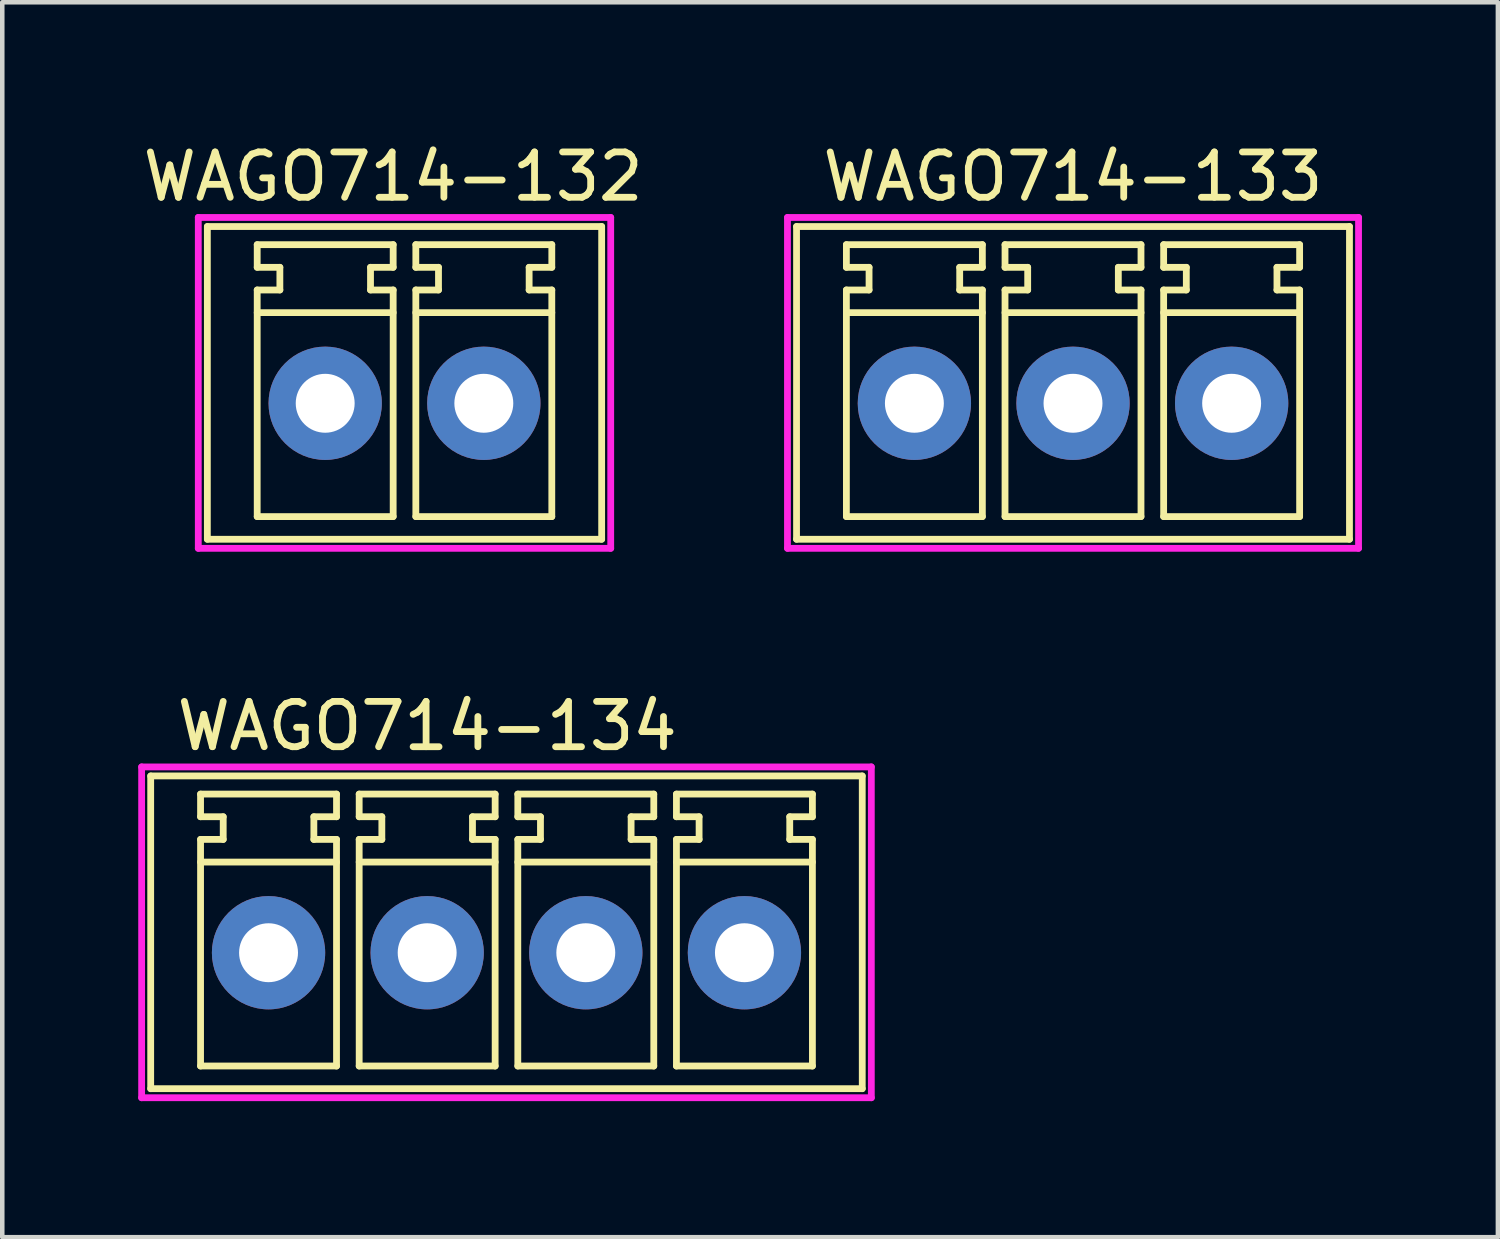
<source format=kicad_pcb>
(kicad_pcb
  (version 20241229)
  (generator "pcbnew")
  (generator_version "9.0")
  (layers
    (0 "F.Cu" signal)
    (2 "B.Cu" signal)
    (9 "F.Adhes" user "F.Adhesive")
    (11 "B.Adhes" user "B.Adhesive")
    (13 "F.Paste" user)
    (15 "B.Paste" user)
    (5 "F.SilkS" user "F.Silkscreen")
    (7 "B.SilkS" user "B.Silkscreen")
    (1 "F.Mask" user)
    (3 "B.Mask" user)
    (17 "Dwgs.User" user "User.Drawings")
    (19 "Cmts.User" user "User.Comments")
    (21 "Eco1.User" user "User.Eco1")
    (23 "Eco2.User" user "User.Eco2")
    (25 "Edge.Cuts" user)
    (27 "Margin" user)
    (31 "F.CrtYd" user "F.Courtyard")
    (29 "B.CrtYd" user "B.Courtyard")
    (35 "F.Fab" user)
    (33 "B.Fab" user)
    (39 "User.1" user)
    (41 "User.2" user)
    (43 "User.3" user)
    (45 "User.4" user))
  (footprint "WAGO714-134"
    (layer "F.Cu")
    (at 2.875 17.971)
    (property "Reference" "WAGO714-134" (at 3.5 -5 0) (layer "F.SilkS") (effects (font (size 1 1) (thickness 0.15))))
    (attr through_hole)
    (fp_line (start -2.6 -3.9) (end -2.6 3) (stroke (width 0.15) (type solid)) (layer "F.SilkS"))
    (fp_line (start -2.6 3) (end 13.1 3) (stroke (width 0.15) (type solid)) (layer "F.SilkS"))
    (fp_line (start -1.5 -3.5) (end 1.5 -3.5) (stroke (width 0.15) (type solid)) (layer "F.SilkS"))
    (fp_line (start -1.5 -3) (end -1.5 -3.5) (stroke (width 0.15) (type solid)) (layer "F.SilkS"))
    (fp_line (start -1.5 -2.5) (end -1 -2.5) (stroke (width 0.15) (type solid)) (layer "F.SilkS"))
    (fp_line (start -1.5 2.5) (end -1.5 -2.5) (stroke (width 0.15) (type solid)) (layer "F.SilkS"))
    (fp_line (start -1 -3) (end -1.5 -3) (stroke (width 0.15) (type solid)) (layer "F.SilkS"))
    (fp_line (start -1 -2.5) (end -1 -3) (stroke (width 0.15) (type solid)) (layer "F.SilkS"))
    (fp_line (start 1 -3) (end 1 -2.5) (stroke (width 0.15) (type solid)) (layer "F.SilkS"))
    (fp_line (start 1 -2.5) (end 1.5 -2.5) (stroke (width 0.15) (type solid)) (layer "F.SilkS"))
    (fp_line (start 1.5 -3.5) (end 1.5 -3) (stroke (width 0.15) (type solid)) (layer "F.SilkS"))
    (fp_line (start 1.5 -3) (end 1 -3) (stroke (width 0.15) (type solid)) (layer "F.SilkS"))
    (fp_line (start 1.5 -2.5) (end 1.5 2.5) (stroke (width 0.15) (type solid)) (layer "F.SilkS"))
    (fp_line (start 1.5 -2) (end -1.5 -2) (stroke (width 0.15) (type solid)) (layer "F.SilkS"))
    (fp_line (start 1.5 2.5) (end -1.5 2.5) (stroke (width 0.15) (type solid)) (layer "F.SilkS"))
    (fp_line (start 2 -3.5) (end 2 -3) (stroke (width 0.15) (type solid)) (layer "F.SilkS"))
    (fp_line (start 2 -3) (end 2.5 -3) (stroke (width 0.15) (type solid)) (layer "F.SilkS"))
    (fp_line (start 2 -2.5) (end 2 2.5) (stroke (width 0.15) (type solid)) (layer "F.SilkS"))
    (fp_line (start 2 2.5) (end 5 2.5) (stroke (width 0.15) (type solid)) (layer "F.SilkS"))
    (fp_line (start 2.5 -3) (end 2.5 -2.5) (stroke (width 0.15) (type solid)) (layer "F.SilkS"))
    (fp_line (start 2.5 -2.5) (end 2 -2.5) (stroke (width 0.15) (type solid)) (layer "F.SilkS"))
    (fp_line (start 4.5 -3) (end 5 -3) (stroke (width 0.15) (type solid)) (layer "F.SilkS"))
    (fp_line (start 4.5 -2.5) (end 4.5 -3) (stroke (width 0.15) (type solid)) (layer "F.SilkS"))
    (fp_line (start 5 -3.5) (end 2 -3.5) (stroke (width 0.15) (type solid)) (layer "F.SilkS"))
    (fp_line (start 5 -3) (end 5 -3.5) (stroke (width 0.15) (type solid)) (layer "F.SilkS"))
    (fp_line (start 5 -2.5) (end 4.5 -2.5) (stroke (width 0.15) (type solid)) (layer "F.SilkS"))
    (fp_line (start 5 -2) (end 2 -2) (stroke (width 0.15) (type solid)) (layer "F.SilkS"))
    (fp_line (start 5 2.5) (end 5 -2.5) (stroke (width 0.15) (type solid)) (layer "F.SilkS"))
    (fp_line (start 5.5 -3.5) (end 8.5 -3.5) (stroke (width 0.15) (type solid)) (layer "F.SilkS"))
    (fp_line (start 5.5 -3) (end 5.5 -3.5) (stroke (width 0.15) (type solid)) (layer "F.SilkS"))
    (fp_line (start 5.5 -2.5) (end 6 -2.5) (stroke (width 0.15) (type solid)) (layer "F.SilkS"))
    (fp_line (start 5.5 -2) (end 8.5 -2) (stroke (width 0.15) (type solid)) (layer "F.SilkS"))
    (fp_line (start 5.5 2.5) (end 5.5 -2.5) (stroke (width 0.15) (type solid)) (layer "F.SilkS"))
    (fp_line (start 6 -3) (end 5.5 -3) (stroke (width 0.15) (type solid)) (layer "F.SilkS"))
    (fp_line (start 6 -2.5) (end 6 -3) (stroke (width 0.15) (type solid)) (layer "F.SilkS"))
    (fp_line (start 8 -3) (end 8 -2.5) (stroke (width 0.15) (type solid)) (layer "F.SilkS"))
    (fp_line (start 8 -2.5) (end 8.5 -2.5) (stroke (width 0.15) (type solid)) (layer "F.SilkS"))
    (fp_line (start 8.5 -3.5) (end 8.5 -3) (stroke (width 0.15) (type solid)) (layer "F.SilkS"))
    (fp_line (start 8.5 -3) (end 8 -3) (stroke (width 0.15) (type solid)) (layer "F.SilkS"))
    (fp_line (start 8.5 -2.5) (end 8.5 2.5) (stroke (width 0.15) (type solid)) (layer "F.SilkS"))
    (fp_line (start 8.5 2.5) (end 5.5 2.5) (stroke (width 0.15) (type solid)) (layer "F.SilkS"))
    (fp_line (start 9 -3.5) (end 12 -3.5) (stroke (width 0.15) (type solid)) (layer "F.SilkS"))
    (fp_line (start 9 -3) (end 9 -3.5) (stroke (width 0.15) (type solid)) (layer "F.SilkS"))
    (fp_line (start 9 -2.5) (end 9.5 -2.5) (stroke (width 0.15) (type solid)) (layer "F.SilkS"))
    (fp_line (start 9 -2) (end 12 -2) (stroke (width 0.15) (type solid)) (layer "F.SilkS"))
    (fp_line (start 9 2.5) (end 9 -2.5) (stroke (width 0.15) (type solid)) (layer "F.SilkS"))
    (fp_line (start 9.5 -3) (end 9 -3) (stroke (width 0.15) (type solid)) (layer "F.SilkS"))
    (fp_line (start 9.5 -2.5) (end 9.5 -3) (stroke (width 0.15) (type solid)) (layer "F.SilkS"))
    (fp_line (start 11.5 -3) (end 11.5 -2.5) (stroke (width 0.15) (type solid)) (layer "F.SilkS"))
    (fp_line (start 11.5 -2.5) (end 12 -2.5) (stroke (width 0.15) (type solid)) (layer "F.SilkS"))
    (fp_line (start 12 -3.5) (end 12 -3) (stroke (width 0.15) (type solid)) (layer "F.SilkS"))
    (fp_line (start 12 -3) (end 11.5 -3) (stroke (width 0.15) (type solid)) (layer "F.SilkS"))
    (fp_line (start 12 -2.5) (end 12 2.5) (stroke (width 0.15) (type solid)) (layer "F.SilkS"))
    (fp_line (start 12 2.5) (end 9 2.5) (stroke (width 0.15) (type solid)) (layer "F.SilkS"))
    (fp_line (start 13.1 -3.9) (end -2.6 -3.9) (stroke (width 0.15) (type solid)) (layer "F.SilkS"))
    (fp_line (start 13.1 3) (end 13.1 -3.9) (stroke (width 0.15) (type solid)) (layer "F.SilkS"))
    (fp_line (start -2.8 -4.1) (end 13.3 -4.1) (stroke (width 0.15) (type solid)) (layer "F.CrtYd"))
    (fp_line (start -2.8 3.2) (end -2.8 -4.1) (stroke (width 0.15) (type solid)) (layer "F.CrtYd"))
    (fp_line (start 13.3 -4.1) (end 13.3 3.2) (stroke (width 0.15) (type solid)) (layer "F.CrtYd"))
    (fp_line (start 13.3 3.2) (end -2.8 3.2) (stroke (width 0.15) (type solid)) (layer "F.CrtYd"))
    (pad "1" thru_hole circle (at 0 0) (size 2.5 2.5) (drill 1.3) (layers "*.Cu" "*.Mask"))
    (pad "2" thru_hole circle (at 3.5 0) (size 2.5 2.5) (drill 1.3) (layers "*.Cu" "*.Mask"))
    (pad "3" thru_hole circle (at 7 0) (size 2.5 2.5) (drill 1.3) (layers "*.Cu" "*.Mask"))
    (pad "4" thru_hole circle (at 10.5 0) (size 2.5 2.5) (drill 1.3) (layers "*.Cu" "*.Mask")))
  (footprint "WAGO714-132"
    (layer "F.Cu")
    (at 4.125 5.848)
    (property "Reference" "WAGO714-132" (at 1.5 -5 0) (layer "F.SilkS") (effects (font (size 1 1) (thickness 0.15))))
    (attr through_hole)
    (fp_line (start -2.6 -3.9) (end -2.6 3) (stroke (width 0.15) (type solid)) (layer "F.SilkS"))
    (fp_line (start -2.6 3) (end 6.1 3) (stroke (width 0.15) (type solid)) (layer "F.SilkS"))
    (fp_line (start -1.5 -3.5) (end 1.5 -3.5) (stroke (width 0.15) (type solid)) (layer "F.SilkS"))
    (fp_line (start -1.5 -3) (end -1.5 -3.5) (stroke (width 0.15) (type solid)) (layer "F.SilkS"))
    (fp_line (start -1.5 -2.5) (end -1 -2.5) (stroke (width 0.15) (type solid)) (layer "F.SilkS"))
    (fp_line (start -1.5 2.5) (end -1.5 -2.5) (stroke (width 0.15) (type solid)) (layer "F.SilkS"))
    (fp_line (start -1 -3) (end -1.5 -3) (stroke (width 0.15) (type solid)) (layer "F.SilkS"))
    (fp_line (start -1 -2.5) (end -1 -3) (stroke (width 0.15) (type solid)) (layer "F.SilkS"))
    (fp_line (start 1 -3) (end 1 -2.5) (stroke (width 0.15) (type solid)) (layer "F.SilkS"))
    (fp_line (start 1 -2.5) (end 1.5 -2.5) (stroke (width 0.15) (type solid)) (layer "F.SilkS"))
    (fp_line (start 1.5 -3.5) (end 1.5 -3) (stroke (width 0.15) (type solid)) (layer "F.SilkS"))
    (fp_line (start 1.5 -3) (end 1 -3) (stroke (width 0.15) (type solid)) (layer "F.SilkS"))
    (fp_line (start 1.5 -2.5) (end 1.5 2.5) (stroke (width 0.15) (type solid)) (layer "F.SilkS"))
    (fp_line (start 1.5 -2) (end -1.5 -2) (stroke (width 0.15) (type solid)) (layer "F.SilkS"))
    (fp_line (start 1.5 2.5) (end -1.5 2.5) (stroke (width 0.15) (type solid)) (layer "F.SilkS"))
    (fp_line (start 2 -3.5) (end 5 -3.5) (stroke (width 0.15) (type solid)) (layer "F.SilkS"))
    (fp_line (start 2 -3) (end 2 -3.5) (stroke (width 0.15) (type solid)) (layer "F.SilkS"))
    (fp_line (start 2 -2.5) (end 2.5 -2.5) (stroke (width 0.15) (type solid)) (layer "F.SilkS"))
    (fp_line (start 2 -2) (end 5 -2) (stroke (width 0.15) (type solid)) (layer "F.SilkS"))
    (fp_line (start 2 2.5) (end 2 -2.5) (stroke (width 0.15) (type solid)) (layer "F.SilkS"))
    (fp_line (start 2.5 -3) (end 2 -3) (stroke (width 0.15) (type solid)) (layer "F.SilkS"))
    (fp_line (start 2.5 -2.5) (end 2.5 -3) (stroke (width 0.15) (type solid)) (layer "F.SilkS"))
    (fp_line (start 4.5 -3) (end 4.5 -2.5) (stroke (width 0.15) (type solid)) (layer "F.SilkS"))
    (fp_line (start 4.5 -2.5) (end 5 -2.5) (stroke (width 0.15) (type solid)) (layer "F.SilkS"))
    (fp_line (start 5 -3.5) (end 5 -3) (stroke (width 0.15) (type solid)) (layer "F.SilkS"))
    (fp_line (start 5 -3) (end 4.5 -3) (stroke (width 0.15) (type solid)) (layer "F.SilkS"))
    (fp_line (start 5 -2.5) (end 5 2.5) (stroke (width 0.15) (type solid)) (layer "F.SilkS"))
    (fp_line (start 5 2.5) (end 2 2.5) (stroke (width 0.15) (type solid)) (layer "F.SilkS"))
    (fp_line (start 6.1 -3.9) (end -2.6 -3.9) (stroke (width 0.15) (type solid)) (layer "F.SilkS"))
    (fp_line (start 6.1 3) (end 6.1 -3.9) (stroke (width 0.15) (type solid)) (layer "F.SilkS"))
    (fp_line (start -2.8 -4.1) (end 6.3 -4.1) (stroke (width 0.15) (type solid)) (layer "F.CrtYd"))
    (fp_line (start -2.8 3.2) (end -2.8 -4.1) (stroke (width 0.15) (type solid)) (layer "F.CrtYd"))
    (fp_line (start 6.3 -4.1) (end 6.3 3.2) (stroke (width 0.15) (type solid)) (layer "F.CrtYd"))
    (fp_line (start 6.3 3.2) (end -2.8 3.2) (stroke (width 0.15) (type solid)) (layer "F.CrtYd"))
    (pad "1" thru_hole circle (at 0 0) (size 2.5 2.5) (drill 1.3) (layers "*.Cu" "*.Mask"))
    (pad "2" thru_hole circle (at 3.5 0) (size 2.5 2.5) (drill 1.3) (layers "*.Cu" "*.Mask")))
  (footprint "WAGO714-133"
    (layer "F.Cu")
    (at 17.125 5.848)
    (property "Reference" "WAGO714-133" (at 3.5 -5 0) (layer "F.SilkS") (effects (font (size 1 1) (thickness 0.15))))
    (attr through_hole)
    (fp_line (start -2.6 -3.9) (end -2.6 3) (stroke (width 0.15) (type solid)) (layer "F.SilkS"))
    (fp_line (start -2.6 3) (end 9.6 3) (stroke (width 0.15) (type solid)) (layer "F.SilkS"))
    (fp_line (start -1.5 -3.5) (end 1.5 -3.5) (stroke (width 0.15) (type solid)) (layer "F.SilkS"))
    (fp_line (start -1.5 -3) (end -1.5 -3.5) (stroke (width 0.15) (type solid)) (layer "F.SilkS"))
    (fp_line (start -1.5 -2.5) (end -1 -2.5) (stroke (width 0.15) (type solid)) (layer "F.SilkS"))
    (fp_line (start -1.5 2.5) (end -1.5 -2.5) (stroke (width 0.15) (type solid)) (layer "F.SilkS"))
    (fp_line (start -1 -3) (end -1.5 -3) (stroke (width 0.15) (type solid)) (layer "F.SilkS"))
    (fp_line (start -1 -2.5) (end -1 -3) (stroke (width 0.15) (type solid)) (layer "F.SilkS"))
    (fp_line (start 1 -3) (end 1 -2.5) (stroke (width 0.15) (type solid)) (layer "F.SilkS"))
    (fp_line (start 1 -2.5) (end 1.5 -2.5) (stroke (width 0.15) (type solid)) (layer "F.SilkS"))
    (fp_line (start 1.5 -3.5) (end 1.5 -3) (stroke (width 0.15) (type solid)) (layer "F.SilkS"))
    (fp_line (start 1.5 -3) (end 1 -3) (stroke (width 0.15) (type solid)) (layer "F.SilkS"))
    (fp_line (start 1.5 -2.5) (end 1.5 2.5) (stroke (width 0.15) (type solid)) (layer "F.SilkS"))
    (fp_line (start 1.5 -2) (end -1.5 -2) (stroke (width 0.15) (type solid)) (layer "F.SilkS"))
    (fp_line (start 1.5 2.5) (end -1.5 2.5) (stroke (width 0.15) (type solid)) (layer "F.SilkS"))
    (fp_line (start 2 -3.5) (end 2 -3) (stroke (width 0.15) (type solid)) (layer "F.SilkS"))
    (fp_line (start 2 -3) (end 2.5 -3) (stroke (width 0.15) (type solid)) (layer "F.SilkS"))
    (fp_line (start 2 -2.5) (end 2 2.5) (stroke (width 0.15) (type solid)) (layer "F.SilkS"))
    (fp_line (start 2 2.5) (end 5 2.5) (stroke (width 0.15) (type solid)) (layer "F.SilkS"))
    (fp_line (start 2.5 -3) (end 2.5 -2.5) (stroke (width 0.15) (type solid)) (layer "F.SilkS"))
    (fp_line (start 2.5 -2.5) (end 2 -2.5) (stroke (width 0.15) (type solid)) (layer "F.SilkS"))
    (fp_line (start 4.5 -3) (end 5 -3) (stroke (width 0.15) (type solid)) (layer "F.SilkS"))
    (fp_line (start 4.5 -2.5) (end 4.5 -3) (stroke (width 0.15) (type solid)) (layer "F.SilkS"))
    (fp_line (start 5 -3.5) (end 2 -3.5) (stroke (width 0.15) (type solid)) (layer "F.SilkS"))
    (fp_line (start 5 -3) (end 5 -3.5) (stroke (width 0.15) (type solid)) (layer "F.SilkS"))
    (fp_line (start 5 -2.5) (end 4.5 -2.5) (stroke (width 0.15) (type solid)) (layer "F.SilkS"))
    (fp_line (start 5 -2) (end 2 -2) (stroke (width 0.15) (type solid)) (layer "F.SilkS"))
    (fp_line (start 5 2.5) (end 5 -2.5) (stroke (width 0.15) (type solid)) (layer "F.SilkS"))
    (fp_line (start 5.5 -3.5) (end 8.5 -3.5) (stroke (width 0.15) (type solid)) (layer "F.SilkS"))
    (fp_line (start 5.5 -3) (end 5.5 -3.5) (stroke (width 0.15) (type solid)) (layer "F.SilkS"))
    (fp_line (start 5.5 -2.5) (end 6 -2.5) (stroke (width 0.15) (type solid)) (layer "F.SilkS"))
    (fp_line (start 5.5 -2) (end 8.5 -2) (stroke (width 0.15) (type solid)) (layer "F.SilkS"))
    (fp_line (start 5.5 2.5) (end 5.5 -2.5) (stroke (width 0.15) (type solid)) (layer "F.SilkS"))
    (fp_line (start 6 -3) (end 5.5 -3) (stroke (width 0.15) (type solid)) (layer "F.SilkS"))
    (fp_line (start 6 -2.5) (end 6 -3) (stroke (width 0.15) (type solid)) (layer "F.SilkS"))
    (fp_line (start 8 -3) (end 8 -2.5) (stroke (width 0.15) (type solid)) (layer "F.SilkS"))
    (fp_line (start 8 -2.5) (end 8.5 -2.5) (stroke (width 0.15) (type solid)) (layer "F.SilkS"))
    (fp_line (start 8.5 -3.5) (end 8.5 -3) (stroke (width 0.15) (type solid)) (layer "F.SilkS"))
    (fp_line (start 8.5 -3) (end 8 -3) (stroke (width 0.15) (type solid)) (layer "F.SilkS"))
    (fp_line (start 8.5 -2.5) (end 8.5 2.5) (stroke (width 0.15) (type solid)) (layer "F.SilkS"))
    (fp_line (start 8.5 2.5) (end 5.5 2.5) (stroke (width 0.15) (type solid)) (layer "F.SilkS"))
    (fp_line (start 9.6 -3.9) (end -2.6 -3.9) (stroke (width 0.15) (type solid)) (layer "F.SilkS"))
    (fp_line (start 9.6 3) (end 9.6 -3.9) (stroke (width 0.15) (type solid)) (layer "F.SilkS"))
    (fp_line (start -2.8 -4.1) (end 9.8 -4.1) (stroke (width 0.15) (type solid)) (layer "F.CrtYd"))
    (fp_line (start -2.8 3.2) (end -2.8 -4.1) (stroke (width 0.15) (type solid)) (layer "F.CrtYd"))
    (fp_line (start 9.8 -4.1) (end 9.8 3.2) (stroke (width 0.15) (type solid)) (layer "F.CrtYd"))
    (fp_line (start 9.8 3.2) (end -2.8 3.2) (stroke (width 0.15) (type solid)) (layer "F.CrtYd"))
    (pad "1" thru_hole circle (at 0 0) (size 2.5 2.5) (drill 1.3) (layers "*.Cu" "*.Mask"))
    (pad "2" thru_hole circle (at 3.5 0) (size 2.5 2.5) (drill 1.3) (layers "*.Cu" "*.Mask"))
    (pad "3" thru_hole circle (at 7 0) (size 2.5 2.5) (drill 1.3) (layers "*.Cu" "*.Mask")))
  (gr_rect
    (start -3 -3)
    (end 30 24.247)
    (stroke (width 0.1) (type default))
    (fill no)
    (layer "Edge.Cuts")))
</source>
